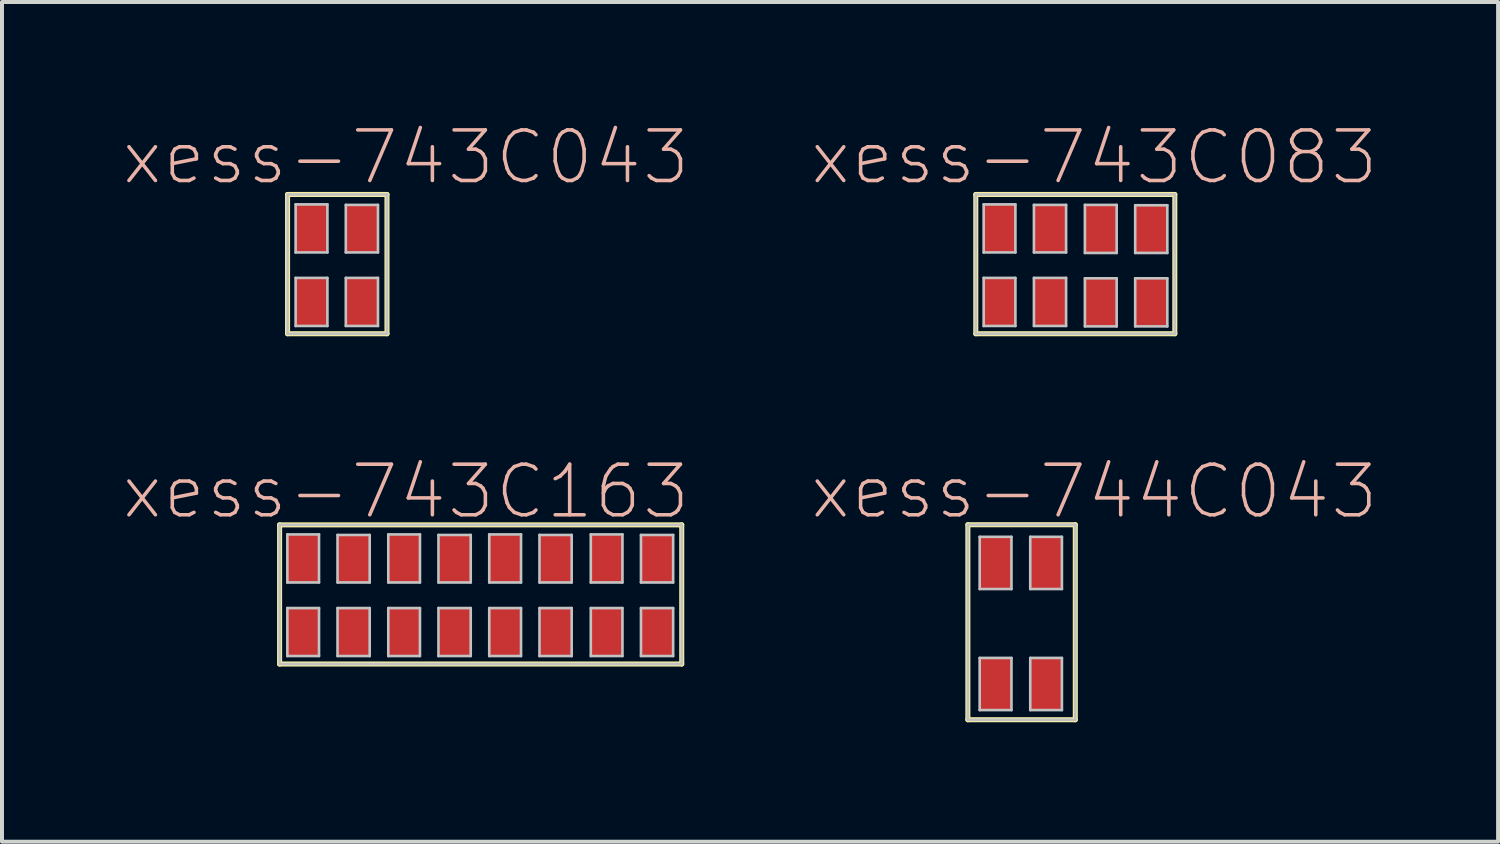
<source format=kicad_pcb>
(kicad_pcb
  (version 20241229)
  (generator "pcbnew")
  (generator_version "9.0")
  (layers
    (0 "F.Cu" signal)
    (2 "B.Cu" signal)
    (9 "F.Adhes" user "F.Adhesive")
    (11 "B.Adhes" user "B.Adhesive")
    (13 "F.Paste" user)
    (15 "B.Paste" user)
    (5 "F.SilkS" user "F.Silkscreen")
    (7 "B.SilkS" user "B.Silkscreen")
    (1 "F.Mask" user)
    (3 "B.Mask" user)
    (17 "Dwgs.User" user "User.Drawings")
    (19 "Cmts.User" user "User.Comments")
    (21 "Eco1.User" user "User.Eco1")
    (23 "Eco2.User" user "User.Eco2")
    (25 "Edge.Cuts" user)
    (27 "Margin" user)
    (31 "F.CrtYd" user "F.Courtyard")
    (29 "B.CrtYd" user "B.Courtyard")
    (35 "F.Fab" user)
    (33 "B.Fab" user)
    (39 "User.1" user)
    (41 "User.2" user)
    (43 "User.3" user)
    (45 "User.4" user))
  (footprint "xess-743C043"
    (layer "F.Cu")
    (at 5.37 3.632)
    (property "Reference" "xess-743C043" (at 1.773 -2.733 0) (layer "B.SilkS") (effects (font (size 1.27 1.27) (thickness 0.089))))
    (attr smd)
    (fp_line (start -1.199 -1.798) (end 1.298 -1.798) (stroke (width 0.127) (type solid)) (layer "F.SilkS"))
    (fp_line (start -1.199 1.699) (end -1.199 -1.798) (stroke (width 0.127) (type solid)) (layer "F.SilkS"))
    (fp_line (start 1.298 -1.798) (end 1.298 1.699) (stroke (width 0.127) (type solid)) (layer "F.SilkS"))
    (fp_line (start 1.298 1.699) (end -1.199 1.699) (stroke (width 0.127) (type solid)) (layer "F.SilkS"))
    (fp_line (start -1.199 -1.798) (end 1.298 -1.798) (stroke (width 0.066) (type solid)) (layer "Dwgs.User"))
    (fp_line (start -1.199 1.699) (end -1.199 -1.798) (stroke (width 0.066) (type solid)) (layer "Dwgs.User"))
    (fp_line (start -1.199 1.699) (end 1.298 1.699) (stroke (width 0.066) (type solid)) (layer "Dwgs.User"))
    (fp_line (start -0.996 -1.549) (end -0.198 -1.549) (stroke (width 0.066) (type solid)) (layer "Dwgs.User"))
    (fp_line (start -0.996 -0.343) (end -0.996 -1.549) (stroke (width 0.066) (type solid)) (layer "Dwgs.User"))
    (fp_line (start -0.996 -0.343) (end -0.198 -0.343) (stroke (width 0.066) (type solid)) (layer "Dwgs.User"))
    (fp_line (start -0.996 0.297) (end -0.198 0.297) (stroke (width 0.066) (type solid)) (layer "Dwgs.User"))
    (fp_line (start -0.996 1.504) (end -0.996 0.297) (stroke (width 0.066) (type solid)) (layer "Dwgs.User"))
    (fp_line (start -0.996 1.504) (end -0.198 1.504) (stroke (width 0.066) (type solid)) (layer "Dwgs.User"))
    (fp_line (start -0.198 -0.343) (end -0.198 -1.549) (stroke (width 0.066) (type solid)) (layer "Dwgs.User"))
    (fp_line (start -0.198 1.504) (end -0.198 0.297) (stroke (width 0.066) (type solid)) (layer "Dwgs.User"))
    (fp_line (start 0.264 -1.537) (end 1.072 -1.537) (stroke (width 0.066) (type solid)) (layer "Dwgs.User"))
    (fp_line (start 0.264 -0.343) (end 0.264 -1.537) (stroke (width 0.066) (type solid)) (layer "Dwgs.User"))
    (fp_line (start 0.264 -0.343) (end 1.072 -0.343) (stroke (width 0.066) (type solid)) (layer "Dwgs.User"))
    (fp_line (start 0.264 0.297) (end 1.072 0.297) (stroke (width 0.066) (type solid)) (layer "Dwgs.User"))
    (fp_line (start 0.264 1.504) (end 0.264 0.297) (stroke (width 0.066) (type solid)) (layer "Dwgs.User"))
    (fp_line (start 0.264 1.504) (end 1.072 1.504) (stroke (width 0.066) (type solid)) (layer "Dwgs.User"))
    (fp_line (start 1.072 -0.343) (end 1.072 -1.537) (stroke (width 0.066) (type solid)) (layer "Dwgs.User"))
    (fp_line (start 1.072 1.504) (end 1.072 0.297) (stroke (width 0.066) (type solid)) (layer "Dwgs.User"))
    (fp_line (start 1.298 1.699) (end 1.298 -1.798) (stroke (width 0.066) (type solid)) (layer "Dwgs.User"))
    (pad "1" smd rect (at -0.599 0.899) (size 0.798 1.199) (layers "F.Cu" "F.Mask" "F.Paste"))
    (pad "2" smd rect (at 0.668 0.899) (size 0.798 1.199) (layers "F.Cu" "F.Mask" "F.Paste"))
    (pad "3" smd rect (at 0.668 -0.94) (size 0.798 1.199) (layers "F.Cu" "F.Mask" "F.Paste"))
    (pad "4" smd rect (at -0.599 -0.94) (size 0.798 1.199) (layers "F.Cu" "F.Mask" "F.Paste")))
  (footprint "xess-743C163"
    (layer "F.Cu")
    (at 4.57 12.827)
    (property "Reference" "xess-743C163" (at 2.573 -3.533 0) (layer "B.SilkS") (effects (font (size 1.27 1.27) (thickness 0.089))))
    (attr smd)
    (fp_line (start -0.599 -2.697) (end 9.5 -2.697) (stroke (width 0.127) (type solid)) (layer "F.SilkS"))
    (fp_line (start -0.599 0.798) (end -0.599 -2.697) (stroke (width 0.127) (type solid)) (layer "F.SilkS"))
    (fp_line (start 9.5 -2.697) (end 9.5 0.798) (stroke (width 0.127) (type solid)) (layer "F.SilkS"))
    (fp_line (start 9.5 0.798) (end -0.599 0.798) (stroke (width 0.127) (type solid)) (layer "F.SilkS"))
    (fp_line (start -0.599 -2.697) (end 9.5 -2.697) (stroke (width 0.066) (type solid)) (layer "Dwgs.User"))
    (fp_line (start -0.599 0.798) (end -0.599 -2.697) (stroke (width 0.066) (type solid)) (layer "Dwgs.User"))
    (fp_line (start -0.599 0.798) (end 9.5 0.798) (stroke (width 0.066) (type solid)) (layer "Dwgs.User"))
    (fp_line (start -0.404 -2.456) (end 0.391 -2.456) (stroke (width 0.066) (type solid)) (layer "Dwgs.User"))
    (fp_line (start -0.404 -1.25) (end -0.404 -2.456) (stroke (width 0.066) (type solid)) (layer "Dwgs.User"))
    (fp_line (start -0.404 -1.25) (end 0.391 -1.25) (stroke (width 0.066) (type solid)) (layer "Dwgs.User"))
    (fp_line (start -0.404 -0.607) (end 0.391 -0.607) (stroke (width 0.066) (type solid)) (layer "Dwgs.User"))
    (fp_line (start -0.404 0.597) (end -0.404 -0.607) (stroke (width 0.066) (type solid)) (layer "Dwgs.User"))
    (fp_line (start -0.404 0.597) (end 0.391 0.597) (stroke (width 0.066) (type solid)) (layer "Dwgs.User"))
    (fp_line (start 0.391 -1.25) (end 0.391 -2.456) (stroke (width 0.066) (type solid)) (layer "Dwgs.User"))
    (fp_line (start 0.391 0.597) (end 0.391 -0.607) (stroke (width 0.066) (type solid)) (layer "Dwgs.User"))
    (fp_line (start 0.856 -2.443) (end 1.664 -2.443) (stroke (width 0.066) (type solid)) (layer "Dwgs.User"))
    (fp_line (start 0.856 -1.25) (end 0.856 -2.443) (stroke (width 0.066) (type solid)) (layer "Dwgs.User"))
    (fp_line (start 0.856 -1.25) (end 1.664 -1.25) (stroke (width 0.066) (type solid)) (layer "Dwgs.User"))
    (fp_line (start 0.856 -0.607) (end 1.664 -0.607) (stroke (width 0.066) (type solid)) (layer "Dwgs.User"))
    (fp_line (start 0.856 0.597) (end 0.856 -0.607) (stroke (width 0.066) (type solid)) (layer "Dwgs.User"))
    (fp_line (start 0.856 0.597) (end 1.664 0.597) (stroke (width 0.066) (type solid)) (layer "Dwgs.User"))
    (fp_line (start 1.664 -1.25) (end 1.664 -2.443) (stroke (width 0.066) (type solid)) (layer "Dwgs.User"))
    (fp_line (start 1.664 0.597) (end 1.664 -0.607) (stroke (width 0.066) (type solid)) (layer "Dwgs.User"))
    (fp_line (start 2.131 -2.456) (end 2.926 -2.456) (stroke (width 0.066) (type solid)) (layer "Dwgs.User"))
    (fp_line (start 2.131 -1.25) (end 2.131 -2.456) (stroke (width 0.066) (type solid)) (layer "Dwgs.User"))
    (fp_line (start 2.131 -1.25) (end 2.926 -1.25) (stroke (width 0.066) (type solid)) (layer "Dwgs.User"))
    (fp_line (start 2.131 -0.607) (end 2.926 -0.607) (stroke (width 0.066) (type solid)) (layer "Dwgs.User"))
    (fp_line (start 2.131 0.597) (end 2.131 -0.607) (stroke (width 0.066) (type solid)) (layer "Dwgs.User"))
    (fp_line (start 2.131 0.597) (end 2.926 0.597) (stroke (width 0.066) (type solid)) (layer "Dwgs.User"))
    (fp_line (start 2.926 -1.25) (end 2.926 -2.456) (stroke (width 0.066) (type solid)) (layer "Dwgs.User"))
    (fp_line (start 2.926 0.597) (end 2.926 -0.607) (stroke (width 0.066) (type solid)) (layer "Dwgs.User"))
    (fp_line (start 3.391 -2.443) (end 4.201 -2.443) (stroke (width 0.066) (type solid)) (layer "Dwgs.User"))
    (fp_line (start 3.391 -1.25) (end 3.391 -2.443) (stroke (width 0.066) (type solid)) (layer "Dwgs.User"))
    (fp_line (start 3.391 -1.25) (end 4.201 -1.25) (stroke (width 0.066) (type solid)) (layer "Dwgs.User"))
    (fp_line (start 3.391 -0.607) (end 4.201 -0.607) (stroke (width 0.066) (type solid)) (layer "Dwgs.User"))
    (fp_line (start 3.391 0.597) (end 3.391 -0.607) (stroke (width 0.066) (type solid)) (layer "Dwgs.User"))
    (fp_line (start 3.391 0.597) (end 4.201 0.597) (stroke (width 0.066) (type solid)) (layer "Dwgs.User"))
    (fp_line (start 4.201 -1.25) (end 4.201 -2.443) (stroke (width 0.066) (type solid)) (layer "Dwgs.User"))
    (fp_line (start 4.201 0.597) (end 4.201 -0.607) (stroke (width 0.066) (type solid)) (layer "Dwgs.User"))
    (fp_line (start 4.666 -2.456) (end 5.464 -2.456) (stroke (width 0.066) (type solid)) (layer "Dwgs.User"))
    (fp_line (start 4.666 -1.25) (end 4.666 -2.456) (stroke (width 0.066) (type solid)) (layer "Dwgs.User"))
    (fp_line (start 4.666 -1.25) (end 5.464 -1.25) (stroke (width 0.066) (type solid)) (layer "Dwgs.User"))
    (fp_line (start 4.666 -0.607) (end 5.464 -0.607) (stroke (width 0.066) (type solid)) (layer "Dwgs.User"))
    (fp_line (start 4.666 0.597) (end 4.666 -0.607) (stroke (width 0.066) (type solid)) (layer "Dwgs.User"))
    (fp_line (start 4.666 0.597) (end 5.464 0.597) (stroke (width 0.066) (type solid)) (layer "Dwgs.User"))
    (fp_line (start 5.464 -1.25) (end 5.464 -2.456) (stroke (width 0.066) (type solid)) (layer "Dwgs.User"))
    (fp_line (start 5.464 0.597) (end 5.464 -0.607) (stroke (width 0.066) (type solid)) (layer "Dwgs.User"))
    (fp_line (start 5.928 -2.443) (end 6.736 -2.443) (stroke (width 0.066) (type solid)) (layer "Dwgs.User"))
    (fp_line (start 5.928 -1.25) (end 5.928 -2.443) (stroke (width 0.066) (type solid)) (layer "Dwgs.User"))
    (fp_line (start 5.928 -1.25) (end 6.736 -1.25) (stroke (width 0.066) (type solid)) (layer "Dwgs.User"))
    (fp_line (start 5.928 -0.607) (end 6.736 -0.607) (stroke (width 0.066) (type solid)) (layer "Dwgs.User"))
    (fp_line (start 5.928 0.597) (end 5.928 -0.607) (stroke (width 0.066) (type solid)) (layer "Dwgs.User"))
    (fp_line (start 5.928 0.597) (end 6.736 0.597) (stroke (width 0.066) (type solid)) (layer "Dwgs.User"))
    (fp_line (start 6.736 -1.25) (end 6.736 -2.443) (stroke (width 0.066) (type solid)) (layer "Dwgs.User"))
    (fp_line (start 6.736 0.597) (end 6.736 -0.607) (stroke (width 0.066) (type solid)) (layer "Dwgs.User"))
    (fp_line (start 7.216 -2.456) (end 8.011 -2.456) (stroke (width 0.066) (type solid)) (layer "Dwgs.User"))
    (fp_line (start 7.216 -1.25) (end 7.216 -2.456) (stroke (width 0.066) (type solid)) (layer "Dwgs.User"))
    (fp_line (start 7.216 -1.25) (end 8.011 -1.25) (stroke (width 0.066) (type solid)) (layer "Dwgs.User"))
    (fp_line (start 7.216 -0.607) (end 8.011 -0.607) (stroke (width 0.066) (type solid)) (layer "Dwgs.User"))
    (fp_line (start 7.216 0.597) (end 7.216 -0.607) (stroke (width 0.066) (type solid)) (layer "Dwgs.User"))
    (fp_line (start 7.216 0.597) (end 8.011 0.597) (stroke (width 0.066) (type solid)) (layer "Dwgs.User"))
    (fp_line (start 8.011 -1.25) (end 8.011 -2.456) (stroke (width 0.066) (type solid)) (layer "Dwgs.User"))
    (fp_line (start 8.011 0.597) (end 8.011 -0.607) (stroke (width 0.066) (type solid)) (layer "Dwgs.User"))
    (fp_line (start 8.476 -2.443) (end 9.284 -2.443) (stroke (width 0.066) (type solid)) (layer "Dwgs.User"))
    (fp_line (start 8.476 -1.25) (end 8.476 -2.443) (stroke (width 0.066) (type solid)) (layer "Dwgs.User"))
    (fp_line (start 8.476 -1.25) (end 9.284 -1.25) (stroke (width 0.066) (type solid)) (layer "Dwgs.User"))
    (fp_line (start 8.476 -0.607) (end 9.284 -0.607) (stroke (width 0.066) (type solid)) (layer "Dwgs.User"))
    (fp_line (start 8.476 0.597) (end 8.476 -0.607) (stroke (width 0.066) (type solid)) (layer "Dwgs.User"))
    (fp_line (start 8.476 0.597) (end 9.284 0.597) (stroke (width 0.066) (type solid)) (layer "Dwgs.User"))
    (fp_line (start 9.284 -1.25) (end 9.284 -2.443) (stroke (width 0.066) (type solid)) (layer "Dwgs.User"))
    (fp_line (start 9.284 0.597) (end 9.284 -0.607) (stroke (width 0.066) (type solid)) (layer "Dwgs.User"))
    (fp_line (start 9.5 0.798) (end 9.5 -2.697) (stroke (width 0.066) (type solid)) (layer "Dwgs.User"))
    (pad "1" smd rect (at 0 0) (size 0.798 1.199) (layers "F.Cu" "F.Mask" "F.Paste"))
    (pad "2" smd rect (at 1.27 0) (size 0.798 1.199) (layers "F.Cu" "F.Mask" "F.Paste"))
    (pad "3" smd rect (at 2.54 0) (size 0.798 1.199) (layers "F.Cu" "F.Mask" "F.Paste"))
    (pad "4" smd rect (at 3.81 0) (size 0.798 1.199) (layers "F.Cu" "F.Mask" "F.Paste"))
    (pad "5" smd rect (at 5.08 0) (size 0.798 1.199) (layers "F.Cu" "F.Mask" "F.Paste"))
    (pad "6" smd rect (at 6.35 0) (size 0.798 1.199) (layers "F.Cu" "F.Mask" "F.Paste"))
    (pad "7" smd rect (at 7.62 0) (size 0.798 1.199) (layers "F.Cu" "F.Mask" "F.Paste"))
    (pad "8" smd rect (at 8.89 0) (size 0.798 1.199) (layers "F.Cu" "F.Mask" "F.Paste"))
    (pad "9" smd rect (at 8.89 -1.839) (size 0.798 1.199) (layers "F.Cu" "F.Mask" "F.Paste"))
    (pad "10" smd rect (at 7.62 -1.839) (size 0.798 1.199) (layers "F.Cu" "F.Mask" "F.Paste"))
    (pad "11" smd rect (at 6.35 -1.839) (size 0.798 1.199) (layers "F.Cu" "F.Mask" "F.Paste"))
    (pad "12" smd rect (at 5.08 -1.839) (size 0.798 1.199) (layers "F.Cu" "F.Mask" "F.Paste"))
    (pad "13" smd rect (at 3.81 -1.839) (size 0.798 1.199) (layers "F.Cu" "F.Mask" "F.Paste"))
    (pad "14" smd rect (at 2.54 -1.839) (size 0.798 1.199) (layers "F.Cu" "F.Mask" "F.Paste"))
    (pad "15" smd rect (at 1.27 -1.839) (size 0.798 1.199) (layers "F.Cu" "F.Mask" "F.Paste"))
    (pad "16" smd rect (at 0 -1.839) (size 0.798 1.199) (layers "F.Cu" "F.Mask" "F.Paste")))
  (footprint "xess-743C083"
    (layer "F.Cu")
    (at 23.953 3.632)
    (property "Reference" "xess-743C083" (at 0.475 -2.733 0) (layer "B.SilkS") (effects (font (size 1.27 1.27) (thickness 0.089))))
    (attr smd)
    (fp_line (start -2.499 -1.798) (end 2.499 -1.798) (stroke (width 0.127) (type solid)) (layer "F.SilkS"))
    (fp_line (start -2.499 1.699) (end -2.499 -1.798) (stroke (width 0.127) (type solid)) (layer "F.SilkS"))
    (fp_line (start 2.499 -1.798) (end 2.499 1.699) (stroke (width 0.127) (type solid)) (layer "F.SilkS"))
    (fp_line (start 2.499 1.699) (end -2.499 1.699) (stroke (width 0.127) (type solid)) (layer "F.SilkS"))
    (fp_line (start -2.499 -1.798) (end 2.499 -1.798) (stroke (width 0.066) (type solid)) (layer "Dwgs.User"))
    (fp_line (start -2.499 1.699) (end -2.499 -1.798) (stroke (width 0.066) (type solid)) (layer "Dwgs.User"))
    (fp_line (start -2.499 1.699) (end 2.499 1.699) (stroke (width 0.066) (type solid)) (layer "Dwgs.User"))
    (fp_line (start -2.301 -1.549) (end -1.504 -1.549) (stroke (width 0.066) (type solid)) (layer "Dwgs.User"))
    (fp_line (start -2.301 -0.343) (end -2.301 -1.549) (stroke (width 0.066) (type solid)) (layer "Dwgs.User"))
    (fp_line (start -2.301 -0.343) (end -1.504 -0.343) (stroke (width 0.066) (type solid)) (layer "Dwgs.User"))
    (fp_line (start -2.301 0.297) (end -1.504 0.297) (stroke (width 0.066) (type solid)) (layer "Dwgs.User"))
    (fp_line (start -2.301 1.504) (end -2.301 0.297) (stroke (width 0.066) (type solid)) (layer "Dwgs.User"))
    (fp_line (start -2.301 1.504) (end -1.504 1.504) (stroke (width 0.066) (type solid)) (layer "Dwgs.User"))
    (fp_line (start -1.504 -0.343) (end -1.504 -1.549) (stroke (width 0.066) (type solid)) (layer "Dwgs.User"))
    (fp_line (start -1.504 1.504) (end -1.504 0.297) (stroke (width 0.066) (type solid)) (layer "Dwgs.User"))
    (fp_line (start -1.039 -1.537) (end -0.231 -1.537) (stroke (width 0.066) (type solid)) (layer "Dwgs.User"))
    (fp_line (start -1.039 -0.343) (end -1.039 -1.537) (stroke (width 0.066) (type solid)) (layer "Dwgs.User"))
    (fp_line (start -1.039 -0.343) (end -0.231 -0.343) (stroke (width 0.066) (type solid)) (layer "Dwgs.User"))
    (fp_line (start -1.039 0.297) (end -0.231 0.297) (stroke (width 0.066) (type solid)) (layer "Dwgs.User"))
    (fp_line (start -1.039 1.504) (end -1.039 0.297) (stroke (width 0.066) (type solid)) (layer "Dwgs.User"))
    (fp_line (start -1.039 1.504) (end -0.231 1.504) (stroke (width 0.066) (type solid)) (layer "Dwgs.User"))
    (fp_line (start -0.231 -0.343) (end -0.231 -1.537) (stroke (width 0.066) (type solid)) (layer "Dwgs.User"))
    (fp_line (start -0.231 1.504) (end -0.231 0.297) (stroke (width 0.066) (type solid)) (layer "Dwgs.User"))
    (fp_line (start 0.241 -1.537) (end 1.039 -1.537) (stroke (width 0.066) (type solid)) (layer "Dwgs.User"))
    (fp_line (start 0.241 -0.33) (end 0.241 -1.537) (stroke (width 0.066) (type solid)) (layer "Dwgs.User"))
    (fp_line (start 0.241 -0.33) (end 1.039 -0.33) (stroke (width 0.066) (type solid)) (layer "Dwgs.User"))
    (fp_line (start 0.241 0.307) (end 1.039 0.307) (stroke (width 0.066) (type solid)) (layer "Dwgs.User"))
    (fp_line (start 0.241 1.514) (end 0.241 0.307) (stroke (width 0.066) (type solid)) (layer "Dwgs.User"))
    (fp_line (start 0.241 1.514) (end 1.039 1.514) (stroke (width 0.066) (type solid)) (layer "Dwgs.User"))
    (fp_line (start 1.039 -0.33) (end 1.039 -1.537) (stroke (width 0.066) (type solid)) (layer "Dwgs.User"))
    (fp_line (start 1.039 1.514) (end 1.039 0.307) (stroke (width 0.066) (type solid)) (layer "Dwgs.User"))
    (fp_line (start 1.504 -1.527) (end 2.311 -1.527) (stroke (width 0.066) (type solid)) (layer "Dwgs.User"))
    (fp_line (start 1.504 -0.33) (end 1.504 -1.527) (stroke (width 0.066) (type solid)) (layer "Dwgs.User"))
    (fp_line (start 1.504 -0.33) (end 2.311 -0.33) (stroke (width 0.066) (type solid)) (layer "Dwgs.User"))
    (fp_line (start 1.504 0.307) (end 2.311 0.307) (stroke (width 0.066) (type solid)) (layer "Dwgs.User"))
    (fp_line (start 1.504 1.514) (end 1.504 0.307) (stroke (width 0.066) (type solid)) (layer "Dwgs.User"))
    (fp_line (start 1.504 1.514) (end 2.311 1.514) (stroke (width 0.066) (type solid)) (layer "Dwgs.User"))
    (fp_line (start 2.311 -0.33) (end 2.311 -1.527) (stroke (width 0.066) (type solid)) (layer "Dwgs.User"))
    (fp_line (start 2.311 1.514) (end 2.311 0.307) (stroke (width 0.066) (type solid)) (layer "Dwgs.User"))
    (fp_line (start 2.499 1.699) (end 2.499 -1.798) (stroke (width 0.066) (type solid)) (layer "Dwgs.User"))
    (pad "1" smd rect (at -1.9 0.899) (size 0.798 1.199) (layers "F.Cu" "F.Mask" "F.Paste"))
    (pad "2" smd rect (at -0.63 0.899) (size 0.798 1.199) (layers "F.Cu" "F.Mask" "F.Paste"))
    (pad "3" smd rect (at 0.638 0.899) (size 0.798 1.199) (layers "F.Cu" "F.Mask" "F.Paste"))
    (pad "4" smd rect (at 1.908 0.899) (size 0.798 1.199) (layers "F.Cu" "F.Mask" "F.Paste"))
    (pad "5" smd rect (at 1.908 -0.94) (size 0.798 1.199) (layers "F.Cu" "F.Mask" "F.Paste"))
    (pad "6" smd rect (at 0.638 -0.94) (size 0.798 1.199) (layers "F.Cu" "F.Mask" "F.Paste"))
    (pad "7" smd rect (at -0.63 -0.94) (size 0.798 1.199) (layers "F.Cu" "F.Mask" "F.Paste"))
    (pad "8" smd rect (at -1.9 -0.94) (size 0.798 1.199) (layers "F.Cu" "F.Mask" "F.Paste")))
  (footprint "xess-744C043"
    (layer "F.Cu")
    (at 22.553 12.626)
    (property "Reference" "xess-744C043" (at 1.875 -3.332 0) (layer "B.SilkS") (effects (font (size 1.27 1.27) (thickness 0.089))))
    (attr smd)
    (fp_line (start -1.298 -2.499) (end 1.4 -2.499) (stroke (width 0.127) (type solid)) (layer "F.SilkS"))
    (fp_line (start -1.298 2.398) (end -1.298 -2.499) (stroke (width 0.127) (type solid)) (layer "F.SilkS"))
    (fp_line (start 1.4 -2.499) (end 1.4 2.398) (stroke (width 0.127) (type solid)) (layer "F.SilkS"))
    (fp_line (start 1.4 2.398) (end -1.298 2.398) (stroke (width 0.127) (type solid)) (layer "F.SilkS"))
    (fp_line (start -1.298 -2.499) (end 1.4 -2.499) (stroke (width 0.066) (type solid)) (layer "Dwgs.User"))
    (fp_line (start -1.298 2.398) (end -1.298 -2.499) (stroke (width 0.066) (type solid)) (layer "Dwgs.User"))
    (fp_line (start -1.298 2.398) (end 1.4 2.398) (stroke (width 0.066) (type solid)) (layer "Dwgs.User"))
    (fp_line (start -1.001 -2.195) (end -0.203 -2.195) (stroke (width 0.066) (type solid)) (layer "Dwgs.User"))
    (fp_line (start -1.001 -0.884) (end -1.001 -2.195) (stroke (width 0.066) (type solid)) (layer "Dwgs.User"))
    (fp_line (start -1.001 -0.884) (end -0.203 -0.884) (stroke (width 0.066) (type solid)) (layer "Dwgs.User"))
    (fp_line (start -1.001 0.846) (end -0.203 0.846) (stroke (width 0.066) (type solid)) (layer "Dwgs.User"))
    (fp_line (start -1.001 2.156) (end -1.001 0.846) (stroke (width 0.066) (type solid)) (layer "Dwgs.User"))
    (fp_line (start -1.001 2.156) (end -0.203 2.156) (stroke (width 0.066) (type solid)) (layer "Dwgs.User"))
    (fp_line (start -0.203 -0.884) (end -0.203 -2.195) (stroke (width 0.066) (type solid)) (layer "Dwgs.User"))
    (fp_line (start -0.203 2.156) (end -0.203 0.846) (stroke (width 0.066) (type solid)) (layer "Dwgs.User"))
    (fp_line (start 0.269 -2.195) (end 1.064 -2.195) (stroke (width 0.066) (type solid)) (layer "Dwgs.User"))
    (fp_line (start 0.269 -0.884) (end 0.269 -2.195) (stroke (width 0.066) (type solid)) (layer "Dwgs.User"))
    (fp_line (start 0.269 -0.884) (end 1.064 -0.884) (stroke (width 0.066) (type solid)) (layer "Dwgs.User"))
    (fp_line (start 0.269 0.846) (end 1.064 0.846) (stroke (width 0.066) (type solid)) (layer "Dwgs.User"))
    (fp_line (start 0.269 2.156) (end 0.269 0.846) (stroke (width 0.066) (type solid)) (layer "Dwgs.User"))
    (fp_line (start 0.269 2.156) (end 1.064 2.156) (stroke (width 0.066) (type solid)) (layer "Dwgs.User"))
    (fp_line (start 1.064 -0.884) (end 1.064 -2.195) (stroke (width 0.066) (type solid)) (layer "Dwgs.User"))
    (fp_line (start 1.064 2.156) (end 1.064 0.846) (stroke (width 0.066) (type solid)) (layer "Dwgs.User"))
    (fp_line (start 1.4 2.398) (end 1.4 -2.499) (stroke (width 0.066) (type solid)) (layer "Dwgs.User"))
    (pad "1" smd rect (at -0.599 1.499) (size 0.798 1.298) (layers "F.Cu" "F.Mask" "F.Paste"))
    (pad "2" smd rect (at 0.668 1.499) (size 0.798 1.298) (layers "F.Cu" "F.Mask" "F.Paste"))
    (pad "3" smd rect (at 0.668 -1.539) (size 0.798 1.298) (layers "F.Cu" "F.Mask" "F.Paste"))
    (pad "4" smd rect (at -0.599 -1.539) (size 0.798 1.298) (layers "F.Cu" "F.Mask" "F.Paste")))
  (gr_rect
    (start -3 -3)
    (end 34.57 18.087)
    (stroke (width 0.1) (type default))
    (fill no)
    (layer "Edge.Cuts")))
</source>
